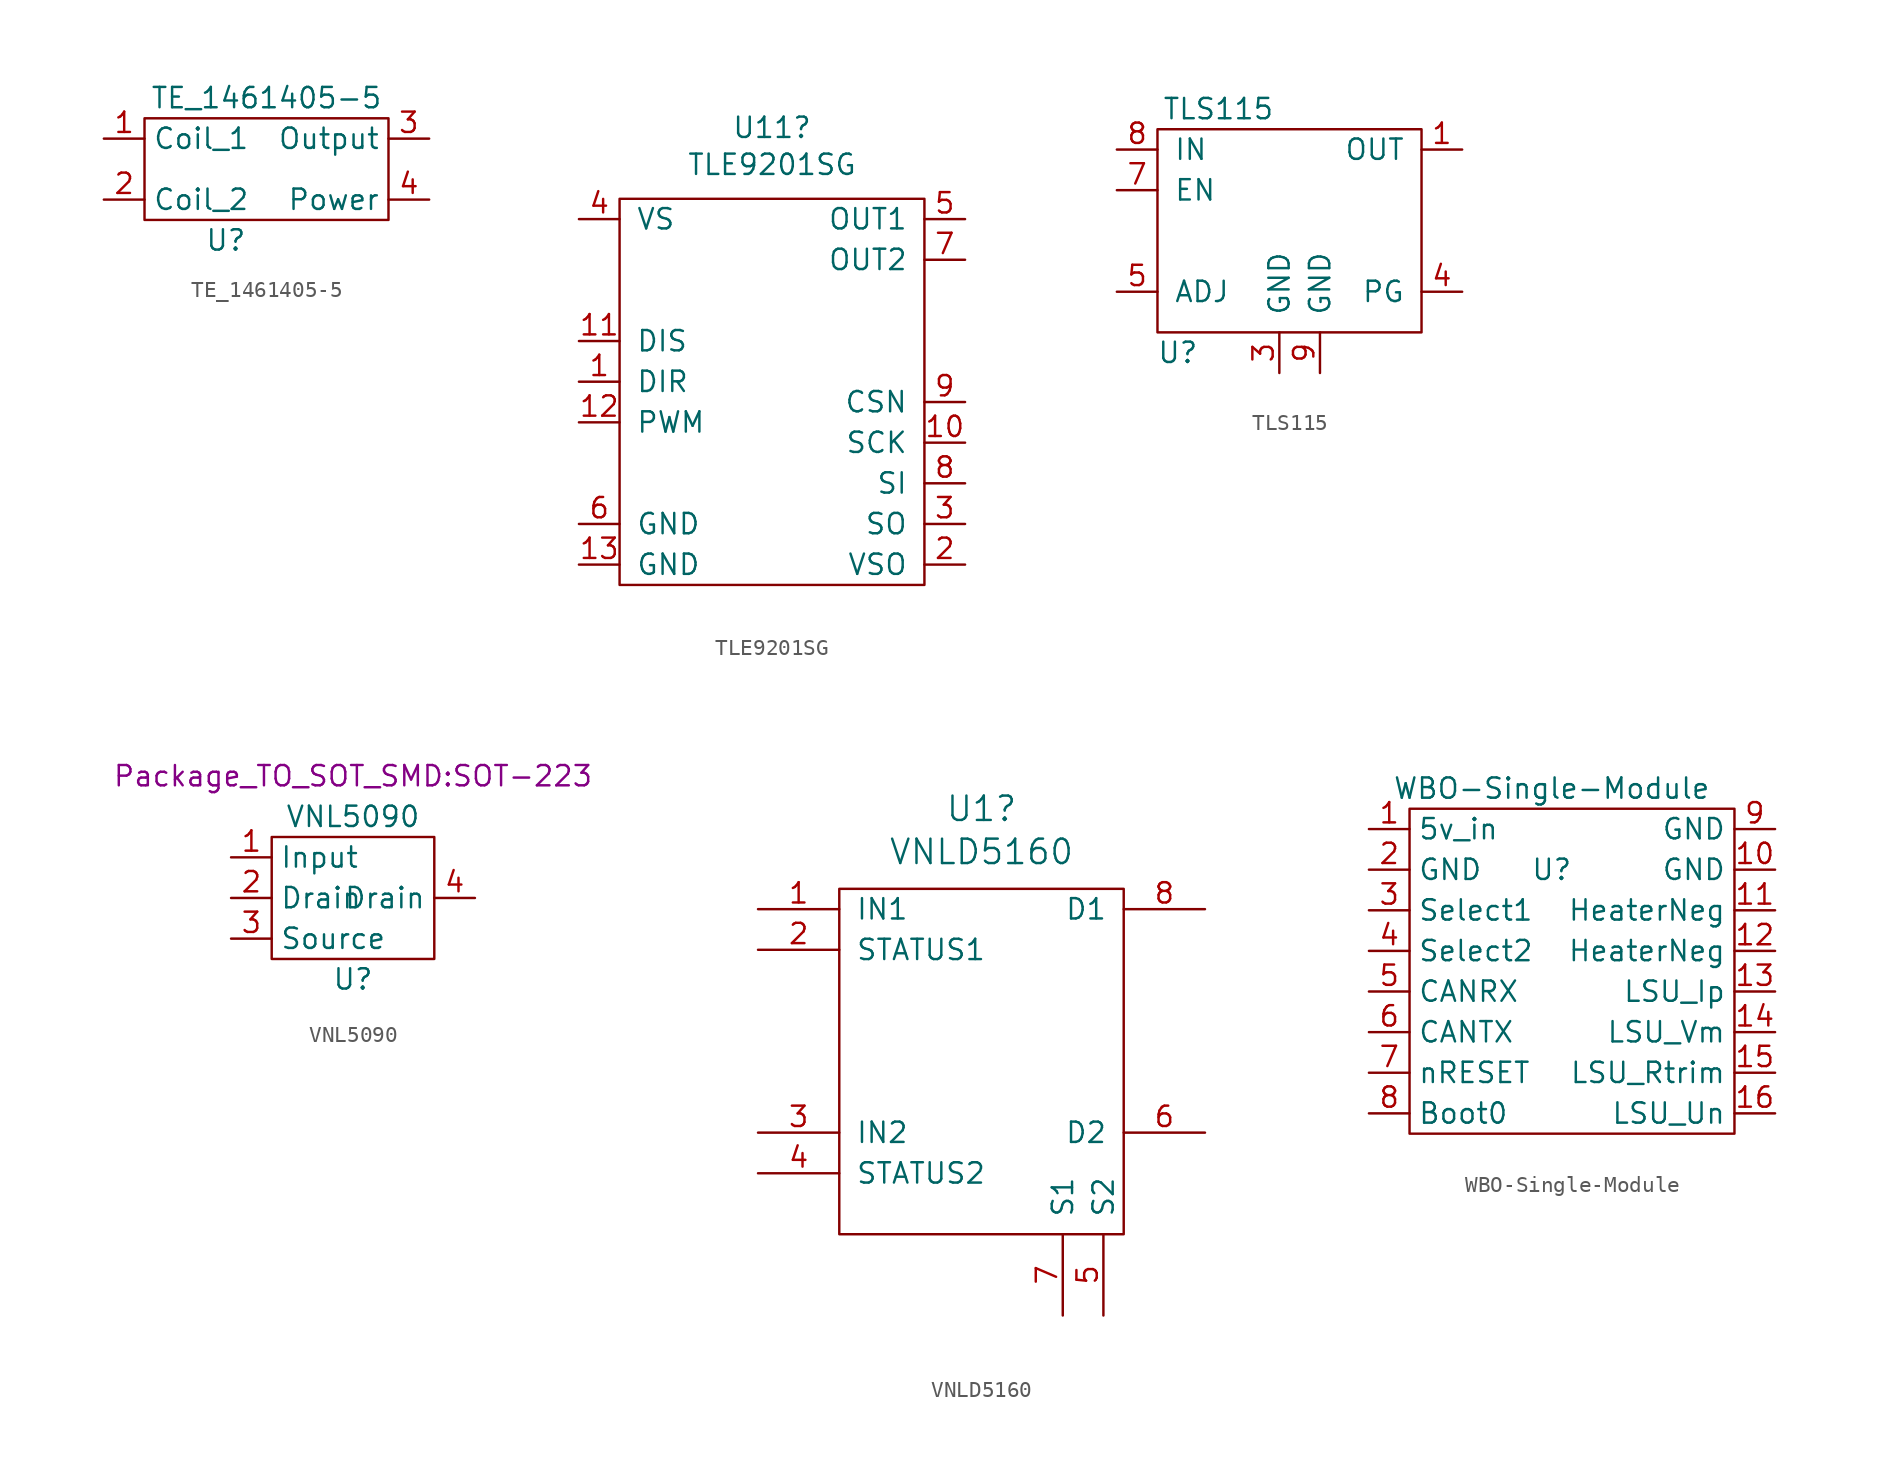
<source format=kicad_sym>
(kicad_symbol_lib
  (version 20211014)
  (generator kicad_symbol_editor)
  (symbol "TE_1461405-5"
    (property "Reference" "U"
      (at -2.54 -7.62 0)
      (effects (font (size 1.27 1.27))))
    (property "Value" "TE_1461405-5"
      (at 0 1.27 0)
      (effects (font (size 1.27 1.27))))
    (symbol "TE_1461405-5_0_1"
      (rectangle (start -7.62 0) (end 7.62 -6.35) (stroke (width 0) (type default) (color 0 0 0 0)) (fill (type none))))
    (symbol "TE_1461405-5_1_1"
      (pin input line (at -10.16 -1.27 0) (length 2.54) (name "Coil_1" (effects (font (size 1.27 1.27)))) (number "1" (effects (font (size 1.27 1.27)))))
      (pin input line (at -10.16 -5.08 0) (length 2.54) (name "Coil_2" (effects (font (size 1.27 1.27)))) (number "2" (effects (font (size 1.27 1.27)))))
      (pin output line (at 10.16 -1.27 180) (length 2.54) (name "Output" (effects (font (size 1.27 1.27)))) (number "3" (effects (font (size 1.27 1.27)))))
      (pin input line (at 10.16 -5.08 180) (length 2.54) (name "Power" (effects (font (size 1.27 1.27)))) (number "4" (effects (font (size 1.27 1.27)))))))
  (symbol "TLE9201SG"
    (pin_names
      (offset 1.016))
    (property "Reference" "U11"
      (at -0.635 15.875 0)
      (effects (font (size 1.27 1.27))))
    (property "Value" "TLE9201SG"
      (at -0.635 13.564 0)
      (effects (font (size 1.27 1.27))))
    (symbol "TLE9201SG_0_1"
      (rectangle (start -10.16 11.43) (end 8.89 -12.7) (stroke (width 0) (type default) (color 0 0 0 0)) (fill (type none))))
    (symbol "TLE9201SG_1_1"
      (pin input line (at -12.7 0 0) (length 2.54) (name "DIR" (effects (font (size 1.27 1.27)))) (number "1" (effects (font (size 1.27 1.27)))))
      (pin input line (at 11.43 -3.81 180) (length 2.54) (name "SCK" (effects (font (size 1.27 1.27)))) (number "10" (effects (font (size 1.27 1.27)))))
      (pin input line (at -12.7 2.54 0) (length 2.54) (name "DIS" (effects (font (size 1.27 1.27)))) (number "11" (effects (font (size 1.27 1.27)))))
      (pin input line (at -12.7 -2.54 0) (length 2.54) (name "PWM" (effects (font (size 1.27 1.27)))) (number "12" (effects (font (size 1.27 1.27)))))
      (pin power_in line (at -12.7 -11.43 0) (length 2.54) (name "GND" (effects (font (size 1.27 1.27)))) (number "13" (effects (font (size 1.27 1.27)))))
      (pin power_in line (at 11.43 -11.43 180) (length 2.54) (name "VSO" (effects (font (size 1.27 1.27)))) (number "2" (effects (font (size 1.27 1.27)))))
      (pin output line (at 11.43 -8.89 180) (length 2.54) (name "SO" (effects (font (size 1.27 1.27)))) (number "3" (effects (font (size 1.27 1.27)))))
      (pin power_in line (at -12.7 10.16 0) (length 2.54) (name "VS" (effects (font (size 1.27 1.27)))) (number "4" (effects (font (size 1.27 1.27)))))
      (pin power_out line (at 11.43 10.16 180) (length 2.54) (name "OUT1" (effects (font (size 1.27 1.27)))) (number "5" (effects (font (size 1.27 1.27)))))
      (pin power_in line (at -12.7 -8.89 0) (length 2.54) (name "GND" (effects (font (size 1.27 1.27)))) (number "6" (effects (font (size 1.27 1.27)))))
      (pin power_out line (at 11.43 7.62 180) (length 2.54) (name "OUT2" (effects (font (size 1.27 1.27)))) (number "7" (effects (font (size 1.27 1.27)))))
      (pin input line (at 11.43 -6.35 180) (length 2.54) (name "SI" (effects (font (size 1.27 1.27)))) (number "8" (effects (font (size 1.27 1.27)))))
      (pin input line (at 11.43 -1.27 180) (length 2.54) (name "CSN" (effects (font (size 1.27 1.27)))) (number "9" (effects (font (size 1.27 1.27)))))))
  (symbol "TLS115"
    (pin_names
      (offset 1.016))
    (property "Reference" "U"
      (at -6.35 -10.16 0)
      (effects (font (size 1.27 1.27))))
    (property "Value" "TLS115"
      (at -3.81 5.08 0)
      (effects (font (size 1.27 1.27))))
    (symbol "TLS115_0_1"
      (rectangle (start -7.62 3.81) (end 8.89 -8.89) (stroke (width 0) (type default) (color 0 0 0 0)) (fill (type none))))
    (symbol "TLS115_1_1"
      (pin output line (at 11.43 2.54 180) (length 2.54) (name "OUT" (effects (font (size 1.27 1.27)))) (number "1" (effects (font (size 1.27 1.27)))))
      (pin no_connect line (at 0 0 0) (length 2.54) hide (name "~" (effects (font (size 1.27 1.27)))) (number "2" (effects (font (size 1.27 1.27)))))
      (pin power_in line (at 0 -11.43 90) (length 2.54) (name "GND" (effects (font (size 1.27 1.27)))) (number "3" (effects (font (size 1.27 1.27)))))
      (pin open_collector line (at 11.43 -6.35 180) (length 2.54) (name "PG" (effects (font (size 1.27 1.27)))) (number "4" (effects (font (size 1.27 1.27)))))
      (pin input line (at -10.16 -6.35 0) (length 2.54) (name "ADJ" (effects (font (size 1.27 1.27)))) (number "5" (effects (font (size 1.27 1.27)))))
      (pin no_connect line (at 0 -2.54 0) (length 2.54) hide (name "~" (effects (font (size 1.27 1.27)))) (number "6" (effects (font (size 1.27 1.27)))))
      (pin input line (at -10.16 0 0) (length 2.54) (name "EN" (effects (font (size 1.27 1.27)))) (number "7" (effects (font (size 1.27 1.27)))))
      (pin power_in line (at -10.16 2.54 0) (length 2.54) (name "IN" (effects (font (size 1.27 1.27)))) (number "8" (effects (font (size 1.27 1.27)))))
      (pin power_in line (at 2.54 -11.43 90) (length 2.54) (name "GND" (effects (font (size 1.27 1.27)))) (number "9" (effects (font (size 1.27 1.27)))))))
  (symbol "VNL5090"
    (property "Reference" "U"
      (at 0 -7.62 0)
      (effects (font (size 1.27 1.27))))
    (property "Value" "VNL5090"
      (at 0 2.54 0)
      (effects (font (size 1.27 1.27))))
    (property "Footprint" "Package_TO_SOT_SMD:SOT-223"
      (at 0 5.08 0)
      (effects (font (size 1.27 1.27))))
    (symbol "VNL5090_0_1"
      (rectangle (start -5.08 1.27) (end 5.08 -6.35) (stroke (width 0) (type default) (color 0 0 0 0)) (fill (type none))))
    (symbol "VNL5090_1_1"
      (pin input line (at -7.62 0 0) (length 2.54) (name "Input" (effects (font (size 1.27 1.27)))) (number "1" (effects (font (size 1.27 1.27)))))
      (pin input line (at -7.62 -2.54 0) (length 2.54) (name "Drain" (effects (font (size 1.27 1.27)))) (number "2" (effects (font (size 1.27 1.27)))))
      (pin input line (at -7.62 -5.08 0) (length 2.54) (name "Source" (effects (font (size 1.27 1.27)))) (number "3" (effects (font (size 1.27 1.27)))))
      (pin output line (at 7.62 -2.54 180) (length 2.54) (name "Drain" (effects (font (size 1.27 1.27)))) (number "4" (effects (font (size 1.27 1.27)))))))
  (symbol "VNLD5160"
    (pin_names
      (offset 1.016))
    (property "Reference" "U1"
      (at 0 16.434 0)
      (effects (font (size 1.524 1.524))))
    (property "Value" "VNLD5160"
      (at 0 13.741 0)
      (effects (font (size 1.524 1.524))))
    (symbol "VNLD5160_0_1"
      (rectangle (start -8.89 11.43) (end 8.89 -10.16) (stroke (width 0) (type default) (color 0 0 0 0)) (fill (type none))))
    (symbol "VNLD5160_1_1"
      (pin input line (at -13.97 10.16 0) (length 5.08) (name "IN1" (effects (font (size 1.27 1.27)))) (number "1" (effects (font (size 1.27 1.27)))))
      (pin open_collector line (at -13.97 7.62 0) (length 5.08) (name "STATUS1" (effects (font (size 1.27 1.27)))) (number "2" (effects (font (size 1.27 1.27)))))
      (pin input line (at -13.97 -3.81 0) (length 5.08) (name "IN2" (effects (font (size 1.27 1.27)))) (number "3" (effects (font (size 1.27 1.27)))))
      (pin open_collector line (at -13.97 -6.35 0) (length 5.08) (name "STATUS2" (effects (font (size 1.27 1.27)))) (number "4" (effects (font (size 1.27 1.27)))))
      (pin power_in line (at 7.62 -15.24 90) (length 5.08) (name "S2" (effects (font (size 1.27 1.27)))) (number "5" (effects (font (size 1.27 1.27)))))
      (pin power_out line (at 13.97 -3.81 180) (length 5.08) (name "D2" (effects (font (size 1.27 1.27)))) (number "6" (effects (font (size 1.27 1.27)))))
      (pin power_in line (at 5.08 -15.24 90) (length 5.08) (name "S1" (effects (font (size 1.27 1.27)))) (number "7" (effects (font (size 1.27 1.27)))))
      (pin power_out line (at 13.97 10.16 180) (length 5.08) (name "D1" (effects (font (size 1.27 1.27)))) (number "8" (effects (font (size 1.27 1.27)))))))
  (symbol "WBO-Single-Module"
    (property "Reference" "U"
      (at 0 0 0)
      (effects (font (size 1.27 1.27))))
    (property "Value" "WBO-Single-Module"
      (at 0 5.08 0)
      (effects (font (size 1.27 1.27))))
    (symbol "WBO-Single-Module_0_1"
      (rectangle (start -8.89 3.81) (end 11.43 -16.51) (stroke (width 0) (type default) (color 0 0 0 0)) (fill (type none))))
    (symbol "WBO-Single-Module_1_1"
      (pin input line (at -11.43 2.54 0) (length 2.54) (name "5v_in" (effects (font (size 1.27 1.27)))) (number "1" (effects (font (size 1.27 1.27)))))
      (pin input line (at 13.97 0 180) (length 2.54) (name "GND" (effects (font (size 1.27 1.27)))) (number "10" (effects (font (size 1.27 1.27)))))
      (pin input line (at 13.97 -2.54 180) (length 2.54) (name "HeaterNeg" (effects (font (size 1.27 1.27)))) (number "11" (effects (font (size 1.27 1.27)))))
      (pin input line (at 13.97 -5.08 180) (length 2.54) (name "HeaterNeg" (effects (font (size 1.27 1.27)))) (number "12" (effects (font (size 1.27 1.27)))))
      (pin input line (at 13.97 -7.62 180) (length 2.54) (name "LSU_Ip" (effects (font (size 1.27 1.27)))) (number "13" (effects (font (size 1.27 1.27)))))
      (pin input line (at 13.97 -10.16 180) (length 2.54) (name "LSU_Vm" (effects (font (size 1.27 1.27)))) (number "14" (effects (font (size 1.27 1.27)))))
      (pin input line (at 13.97 -12.7 180) (length 2.54) (name "LSU_Rtrim" (effects (font (size 1.27 1.27)))) (number "15" (effects (font (size 1.27 1.27)))))
      (pin input line (at 13.97 -15.24 180) (length 2.54) (name "LSU_Un" (effects (font (size 1.27 1.27)))) (number "16" (effects (font (size 1.27 1.27)))))
      (pin input line (at -11.43 0 0) (length 2.54) (name "GND" (effects (font (size 1.27 1.27)))) (number "2" (effects (font (size 1.27 1.27)))))
      (pin input line (at -11.43 -2.54 0) (length 2.54) (name "Select1" (effects (font (size 1.27 1.27)))) (number "3" (effects (font (size 1.27 1.27)))))
      (pin input line (at -11.43 -5.08 0) (length 2.54) (name "Select2" (effects (font (size 1.27 1.27)))) (number "4" (effects (font (size 1.27 1.27)))))
      (pin input line (at -11.43 -7.62 0) (length 2.54) (name "CANRX" (effects (font (size 1.27 1.27)))) (number "5" (effects (font (size 1.27 1.27)))))
      (pin input line (at -11.43 -10.16 0) (length 2.54) (name "CANTX" (effects (font (size 1.27 1.27)))) (number "6" (effects (font (size 1.27 1.27)))))
      (pin input line (at -11.43 -12.7 0) (length 2.54) (name "nRESET" (effects (font (size 1.27 1.27)))) (number "7" (effects (font (size 1.27 1.27)))))
      (pin input line (at -11.43 -15.24 0) (length 2.54) (name "Boot0" (effects (font (size 1.27 1.27)))) (number "8" (effects (font (size 1.27 1.27)))))
      (pin input line (at 13.97 2.54 180) (length 2.54) (name "GND" (effects (font (size 1.27 1.27)))) (number "9" (effects (font (size 1.27 1.27))))))))
</source>
